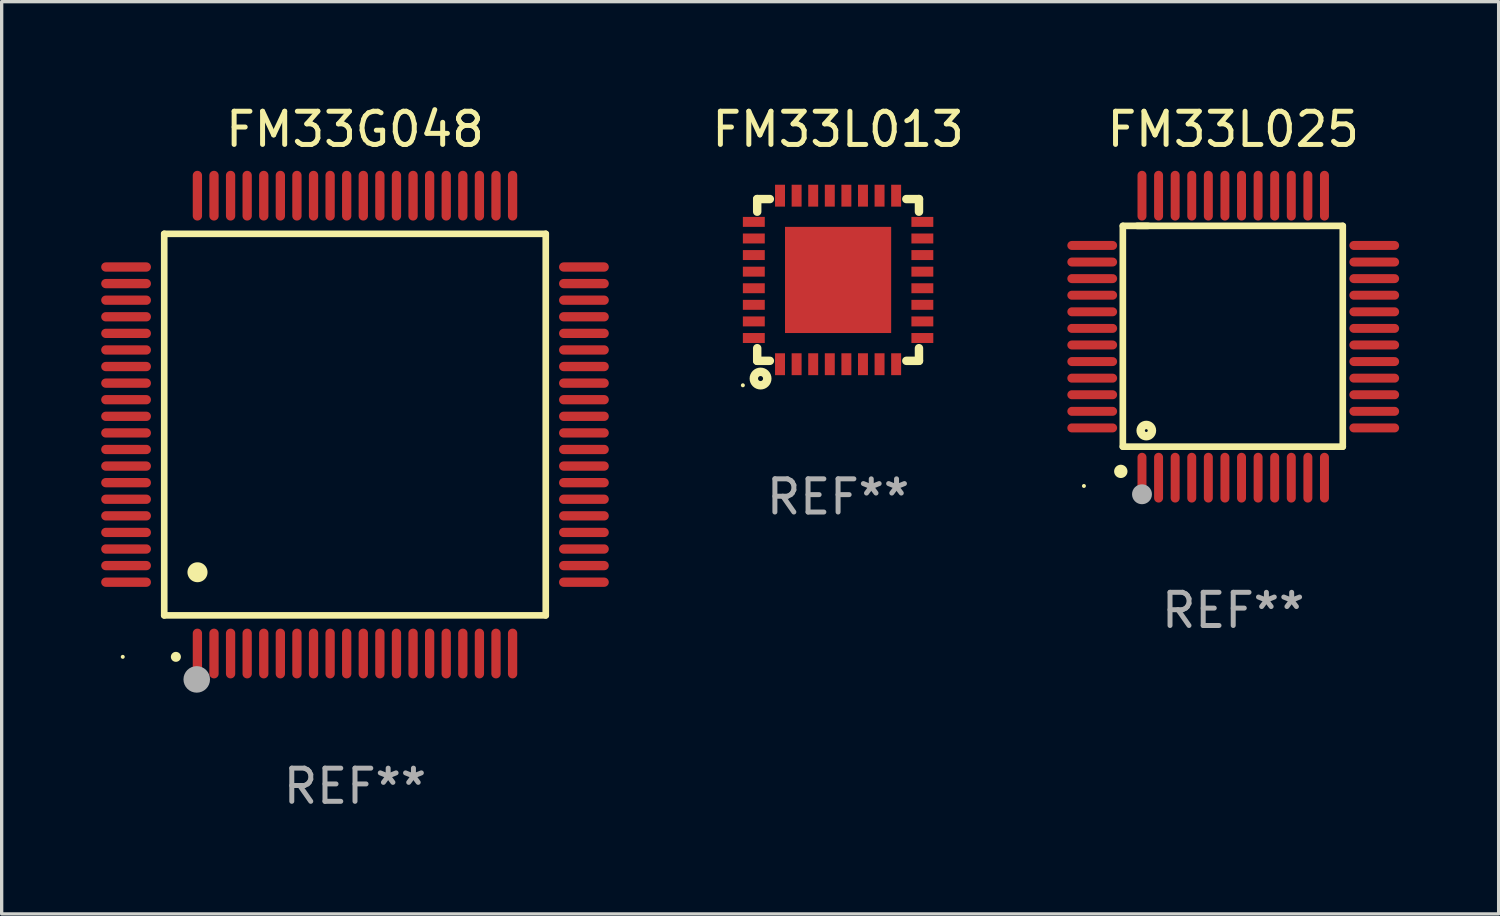
<source format=kicad_pcb>
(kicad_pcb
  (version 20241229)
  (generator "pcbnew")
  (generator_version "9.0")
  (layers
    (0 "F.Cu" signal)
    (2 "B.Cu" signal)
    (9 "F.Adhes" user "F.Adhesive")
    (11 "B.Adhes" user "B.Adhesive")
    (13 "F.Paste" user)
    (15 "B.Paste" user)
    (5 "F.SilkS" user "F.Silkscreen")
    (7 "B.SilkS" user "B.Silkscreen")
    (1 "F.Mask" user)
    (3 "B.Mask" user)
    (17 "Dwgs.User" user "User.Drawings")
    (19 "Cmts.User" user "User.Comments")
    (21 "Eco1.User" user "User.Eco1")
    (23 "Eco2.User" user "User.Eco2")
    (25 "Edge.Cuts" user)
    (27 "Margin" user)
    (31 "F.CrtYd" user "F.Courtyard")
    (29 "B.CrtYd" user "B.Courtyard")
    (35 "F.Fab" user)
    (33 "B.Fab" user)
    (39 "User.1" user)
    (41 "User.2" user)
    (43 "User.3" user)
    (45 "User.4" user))
  (footprint "FM33L013"
    (layer "F.Cu")
    (at 22.211 5.388)
    (property "Reference" "FM33L013" (at 0 -4.54 0) (layer "F.SilkS") (effects (font (size 1 1) (thickness 0.15))))
    (attr through_hole)
    (fp_line (start -2.438 -2.438) (end -2.057 -2.438) (stroke (width 0.254) (type solid)) (layer "F.SilkS"))
    (fp_line (start -2.438 -2.057) (end -2.438 -2.438) (stroke (width 0.254) (type solid)) (layer "F.SilkS"))
    (fp_line (start -2.438 2.438) (end -2.438 2.057) (stroke (width 0.254) (type solid)) (layer "F.SilkS"))
    (fp_line (start -2.057 2.438) (end -2.438 2.438) (stroke (width 0.254) (type solid)) (layer "F.SilkS"))
    (fp_line (start 2.057 -2.438) (end 2.438 -2.438) (stroke (width 0.254) (type solid)) (layer "F.SilkS"))
    (fp_line (start 2.438 -2.438) (end 2.438 -2.057) (stroke (width 0.254) (type solid)) (layer "F.SilkS"))
    (fp_line (start 2.438 2.057) (end 2.438 2.438) (stroke (width 0.254) (type solid)) (layer "F.SilkS"))
    (fp_line (start 2.438 2.438) (end 2.057 2.438) (stroke (width 0.254) (type solid)) (layer "F.SilkS"))
    (fp_circle (center -2.87 3.175) (end -2.84 3.175) (stroke (width 0.06) (type solid)) (fill no) (layer "F.SilkS"))
    (fp_circle (center -2.337 2.972) (end -2.261 2.972) (stroke (width 0.254) (type solid)) (fill no) (layer "F.SilkS"))
    (fp_text user "REF**" (at 0 6.54 0) (layer "F.Fab") (effects (font (size 1 1) (thickness 0.15))))
    (pad "1" smd rect (at -1.75 2.54 90) (size 0.66 0.3) (layers "F.Cu" "F.Mask" "F.Paste"))
    (pad "2" smd rect (at -1.25 2.54 90) (size 0.66 0.3) (layers "F.Cu" "F.Mask" "F.Paste"))
    (pad "3" smd rect (at -0.75 2.54 90) (size 0.66 0.3) (layers "F.Cu" "F.Mask" "F.Paste"))
    (pad "4" smd rect (at -0.25 2.54 90) (size 0.66 0.3) (layers "F.Cu" "F.Mask" "F.Paste"))
    (pad "5" smd rect (at 0.25 2.54 90) (size 0.66 0.3) (layers "F.Cu" "F.Mask" "F.Paste"))
    (pad "6" smd rect (at 0.75 2.54 90) (size 0.66 0.3) (layers "F.Cu" "F.Mask" "F.Paste"))
    (pad "7" smd rect (at 1.25 2.54 90) (size 0.66 0.3) (layers "F.Cu" "F.Mask" "F.Paste"))
    (pad "8" smd rect (at 1.75 2.54 90) (size 0.66 0.3) (layers "F.Cu" "F.Mask" "F.Paste"))
    (pad "9" smd rect (at 2.54 1.75 90) (size 0.3 0.66) (layers "F.Cu" "F.Mask" "F.Paste"))
    (pad "10" smd rect (at 2.54 1.25 90) (size 0.3 0.66) (layers "F.Cu" "F.Mask" "F.Paste"))
    (pad "11" smd rect (at 2.54 0.75 90) (size 0.3 0.66) (layers "F.Cu" "F.Mask" "F.Paste"))
    (pad "12" smd rect (at 2.54 0.25 90) (size 0.3 0.66) (layers "F.Cu" "F.Mask" "F.Paste"))
    (pad "13" smd rect (at 2.54 -0.25 90) (size 0.3 0.66) (layers "F.Cu" "F.Mask" "F.Paste"))
    (pad "14" smd rect (at 2.54 -0.75 90) (size 0.3 0.66) (layers "F.Cu" "F.Mask" "F.Paste"))
    (pad "15" smd rect (at 2.54 -1.25 90) (size 0.3 0.66) (layers "F.Cu" "F.Mask" "F.Paste"))
    (pad "16" smd rect (at 2.54 -1.75 90) (size 0.3 0.66) (layers "F.Cu" "F.Mask" "F.Paste"))
    (pad "17" smd rect (at 1.75 -2.54 90) (size 0.66 0.3) (layers "F.Cu" "F.Mask" "F.Paste"))
    (pad "18" smd rect (at 1.25 -2.54 90) (size 0.66 0.3) (layers "F.Cu" "F.Mask" "F.Paste"))
    (pad "19" smd rect (at 0.75 -2.54 90) (size 0.66 0.3) (layers "F.Cu" "F.Mask" "F.Paste"))
    (pad "20" smd rect (at 0.25 -2.54 90) (size 0.66 0.3) (layers "F.Cu" "F.Mask" "F.Paste"))
    (pad "21" smd rect (at -0.25 -2.54 90) (size 0.66 0.3) (layers "F.Cu" "F.Mask" "F.Paste"))
    (pad "22" smd rect (at -0.75 -2.54 90) (size 0.66 0.3) (layers "F.Cu" "F.Mask" "F.Paste"))
    (pad "23" smd rect (at -1.25 -2.54 90) (size 0.66 0.3) (layers "F.Cu" "F.Mask" "F.Paste"))
    (pad "24" smd rect (at -1.75 -2.54 90) (size 0.66 0.3) (layers "F.Cu" "F.Mask" "F.Paste"))
    (pad "25" smd rect (at -2.54 -1.75 90) (size 0.3 0.66) (layers "F.Cu" "F.Mask" "F.Paste"))
    (pad "26" smd rect (at -2.54 -1.25 90) (size 0.3 0.66) (layers "F.Cu" "F.Mask" "F.Paste"))
    (pad "27" smd rect (at -2.54 -0.75 90) (size 0.3 0.66) (layers "F.Cu" "F.Mask" "F.Paste"))
    (pad "28" smd rect (at -2.54 -0.25 90) (size 0.3 0.66) (layers "F.Cu" "F.Mask" "F.Paste"))
    (pad "29" smd rect (at -2.54 0.25 90) (size 0.3 0.66) (layers "F.Cu" "F.Mask" "F.Paste"))
    (pad "30" smd rect (at -2.54 0.75 90) (size 0.3 0.66) (layers "F.Cu" "F.Mask" "F.Paste"))
    (pad "31" smd rect (at -2.54 1.25 90) (size 0.3 0.66) (layers "F.Cu" "F.Mask" "F.Paste"))
    (pad "32" smd rect (at -2.54 1.75 90) (size 0.3 0.66) (layers "F.Cu" "F.Mask" "F.Paste"))
    (pad "33" smd rect (at 0 0 90) (size 3.2 3.2) (layers "F.Cu" "F.Mask" "F.Paste")))
  (footprint "FM33L025"
    (layer "F.Cu")
    (at 34.121 7.098)
    (property "Reference" "FM33L025" (at 0 -6.25 0) (layer "F.SilkS") (effects (font (size 1 1) (thickness 0.15))))
    (attr through_hole)
    (fp_line (start -3.327 -3.34) (end -2.565 -3.34) (stroke (width 0.2) (type solid)) (layer "F.SilkS"))
    (fp_line (start -3.327 3.315) (end -3.327 -3.34) (stroke (width 0.2) (type solid)) (layer "F.SilkS"))
    (fp_line (start -2.896 -3.34) (end 3.302 -3.34) (stroke (width 0.2) (type solid)) (layer "F.SilkS"))
    (fp_line (start 3.302 -3.34) (end 3.302 3.315) (stroke (width 0.2) (type solid)) (layer "F.SilkS"))
    (fp_line (start 3.302 3.315) (end -3.327 3.315) (stroke (width 0.2) (type solid)) (layer "F.SilkS"))
    (fp_arc (start -3.389992 4.059995) (mid -3.388722 4.059991) (end -3.387452 4.059995) (stroke (width 0.4) (type solid)) (layer "F.SilkS"))
    (fp_circle (center -4.5 4.5) (end -4.47 4.5) (stroke (width 0.06) (type solid)) (fill no) (layer "F.SilkS"))
    (fp_circle (center -2.62 2.83) (end -2.45 2.83) (stroke (width 0.254) (type solid)) (fill no) (layer "F.SilkS"))
    (fp_circle (center -2.75 4.75) (end -2.6 4.75) (stroke (width 0.3) (type solid)) (fill no) (layer "F.Fab"))
    (fp_text user "REF**" (at 0 8.25 0) (layer "F.Fab") (effects (font (size 1 1) (thickness 0.15))))
    (pad "1" smd oval (at -2.75 4.25) (size 0.27 1.5) (layers "F.Cu" "F.Mask" "F.Paste"))
    (pad "2" smd oval (at -2.25 4.25) (size 0.27 1.5) (layers "F.Cu" "F.Mask" "F.Paste"))
    (pad "3" smd oval (at -1.75 4.25) (size 0.27 1.5) (layers "F.Cu" "F.Mask" "F.Paste"))
    (pad "4" smd oval (at -1.25 4.25) (size 0.27 1.5) (layers "F.Cu" "F.Mask" "F.Paste"))
    (pad "5" smd oval (at -0.75 4.25) (size 0.27 1.5) (layers "F.Cu" "F.Mask" "F.Paste"))
    (pad "6" smd oval (at -0.25 4.25) (size 0.27 1.5) (layers "F.Cu" "F.Mask" "F.Paste"))
    (pad "7" smd oval (at 0.25 4.25) (size 0.27 1.5) (layers "F.Cu" "F.Mask" "F.Paste"))
    (pad "8" smd oval (at 0.75 4.25) (size 0.27 1.5) (layers "F.Cu" "F.Mask" "F.Paste"))
    (pad "9" smd oval (at 1.25 4.25) (size 0.27 1.5) (layers "F.Cu" "F.Mask" "F.Paste"))
    (pad "10" smd oval (at 1.75 4.25) (size 0.27 1.5) (layers "F.Cu" "F.Mask" "F.Paste"))
    (pad "11" smd oval (at 2.25 4.25) (size 0.27 1.5) (layers "F.Cu" "F.Mask" "F.Paste"))
    (pad "12" smd oval (at 2.75 4.25) (size 0.27 1.5) (layers "F.Cu" "F.Mask" "F.Paste"))
    (pad "13" smd oval (at 4.25 2.75) (size 1.5 0.27) (layers "F.Cu" "F.Mask" "F.Paste"))
    (pad "14" smd oval (at 4.25 2.25) (size 1.5 0.27) (layers "F.Cu" "F.Mask" "F.Paste"))
    (pad "15" smd oval (at 4.25 1.75) (size 1.5 0.27) (layers "F.Cu" "F.Mask" "F.Paste"))
    (pad "16" smd oval (at 4.25 1.25) (size 1.5 0.27) (layers "F.Cu" "F.Mask" "F.Paste"))
    (pad "17" smd oval (at 4.25 0.75) (size 1.5 0.27) (layers "F.Cu" "F.Mask" "F.Paste"))
    (pad "18" smd oval (at 4.25 0.25) (size 1.5 0.27) (layers "F.Cu" "F.Mask" "F.Paste"))
    (pad "19" smd oval (at 4.25 -0.25) (size 1.5 0.27) (layers "F.Cu" "F.Mask" "F.Paste"))
    (pad "20" smd oval (at 4.25 -0.75) (size 1.5 0.27) (layers "F.Cu" "F.Mask" "F.Paste"))
    (pad "21" smd oval (at 4.25 -1.25) (size 1.5 0.27) (layers "F.Cu" "F.Mask" "F.Paste"))
    (pad "22" smd oval (at 4.25 -1.75) (size 1.5 0.27) (layers "F.Cu" "F.Mask" "F.Paste"))
    (pad "23" smd oval (at 4.25 -2.25) (size 1.5 0.27) (layers "F.Cu" "F.Mask" "F.Paste"))
    (pad "24" smd oval (at 4.25 -2.75) (size 1.5 0.27) (layers "F.Cu" "F.Mask" "F.Paste"))
    (pad "25" smd oval (at 2.75 -4.25) (size 0.27 1.5) (layers "F.Cu" "F.Mask" "F.Paste"))
    (pad "26" smd oval (at 2.25 -4.25) (size 0.27 1.5) (layers "F.Cu" "F.Mask" "F.Paste"))
    (pad "27" smd oval (at 1.75 -4.25) (size 0.27 1.5) (layers "F.Cu" "F.Mask" "F.Paste"))
    (pad "28" smd oval (at 1.25 -4.25) (size 0.27 1.5) (layers "F.Cu" "F.Mask" "F.Paste"))
    (pad "29" smd oval (at 0.75 -4.25) (size 0.27 1.5) (layers "F.Cu" "F.Mask" "F.Paste"))
    (pad "30" smd oval (at 0.25 -4.25) (size 0.27 1.5) (layers "F.Cu" "F.Mask" "F.Paste"))
    (pad "31" smd oval (at -0.25 -4.25) (size 0.27 1.5) (layers "F.Cu" "F.Mask" "F.Paste"))
    (pad "32" smd oval (at -0.75 -4.25) (size 0.27 1.5) (layers "F.Cu" "F.Mask" "F.Paste"))
    (pad "33" smd oval (at -1.25 -4.25) (size 0.27 1.5) (layers "F.Cu" "F.Mask" "F.Paste"))
    (pad "34" smd oval (at -1.75 -4.25) (size 0.27 1.5) (layers "F.Cu" "F.Mask" "F.Paste"))
    (pad "35" smd oval (at -2.25 -4.25) (size 0.27 1.5) (layers "F.Cu" "F.Mask" "F.Paste"))
    (pad "36" smd oval (at -2.75 -4.25) (size 0.27 1.5) (layers "F.Cu" "F.Mask" "F.Paste"))
    (pad "37" smd oval (at -4.25 -2.75) (size 1.5 0.27) (layers "F.Cu" "F.Mask" "F.Paste"))
    (pad "38" smd oval (at -4.25 -2.25) (size 1.5 0.27) (layers "F.Cu" "F.Mask" "F.Paste"))
    (pad "39" smd oval (at -4.25 -1.75) (size 1.5 0.27) (layers "F.Cu" "F.Mask" "F.Paste"))
    (pad "40" smd oval (at -4.25 -1.25) (size 1.5 0.27) (layers "F.Cu" "F.Mask" "F.Paste"))
    (pad "41" smd oval (at -4.25 -0.75) (size 1.5 0.27) (layers "F.Cu" "F.Mask" "F.Paste"))
    (pad "42" smd oval (at -4.25 -0.25) (size 1.5 0.27) (layers "F.Cu" "F.Mask" "F.Paste"))
    (pad "43" smd oval (at -4.25 0.25) (size 1.5 0.27) (layers "F.Cu" "F.Mask" "F.Paste"))
    (pad "44" smd oval (at -4.25 0.75) (size 1.5 0.27) (layers "F.Cu" "F.Mask" "F.Paste"))
    (pad "45" smd oval (at -4.25 1.25) (size 1.5 0.27) (layers "F.Cu" "F.Mask" "F.Paste"))
    (pad "46" smd oval (at -4.25 1.75) (size 1.5 0.27) (layers "F.Cu" "F.Mask" "F.Paste"))
    (pad "47" smd oval (at -4.25 2.25) (size 1.5 0.27) (layers "F.Cu" "F.Mask" "F.Paste"))
    (pad "48" smd oval (at -4.25 2.75) (size 1.5 0.27) (layers "F.Cu" "F.Mask" "F.Paste")))
  (footprint "FM33G048"
    (layer "F.Cu")
    (at 7.65 9.748)
    (property "Reference" "FM33G048" (at 0 -8.9 0) (layer "F.SilkS") (effects (font (size 1 1) (thickness 0.15))))
    (attr through_hole)
    (fp_line (start -5.75 -5.75) (end 5.75 -5.75) (stroke (width 0.2) (type solid)) (layer "F.SilkS"))
    (fp_line (start -5.75 5.75) (end -5.75 -5.75) (stroke (width 0.2) (type solid)) (layer "F.SilkS"))
    (fp_line (start 5.75 -5.75) (end 5.75 5.75) (stroke (width 0.2) (type solid)) (layer "F.SilkS"))
    (fp_line (start 5.75 5.75) (end -5.75 5.75) (stroke (width 0.2) (type solid)) (layer "F.SilkS"))
    (fp_arc (start -5.400051 7.000254) (mid -5.398781 7.000249) (end -5.397511 7.000254) (stroke (width 0.3) (type solid)) (layer "F.SilkS"))
    (fp_arc (start -4.749809 4.450089) (mid -4.747269 4.450078) (end -4.744729 4.450089) (stroke (width 0.6) (type solid)) (layer "F.SilkS"))
    (fp_circle (center -7 7) (end -6.97 7) (stroke (width 0.06) (type solid)) (fill no) (layer "F.SilkS"))
    (fp_circle (center -4.77 7.68) (end -4.57 7.68) (stroke (width 0.4) (type solid)) (fill no) (layer "F.Fab"))
    (fp_text user "REF**" (at 0 10.9 0) (layer "F.Fab") (effects (font (size 1 1) (thickness 0.15))))
    (pad "1" smd oval (at -4.75 6.9) (size 0.28 1.5) (layers "F.Cu" "F.Mask" "F.Paste"))
    (pad "2" smd oval (at -4.25 6.9) (size 0.28 1.5) (layers "F.Cu" "F.Mask" "F.Paste"))
    (pad "3" smd oval (at -3.75 6.9) (size 0.28 1.5) (layers "F.Cu" "F.Mask" "F.Paste"))
    (pad "4" smd oval (at -3.25 6.9) (size 0.28 1.5) (layers "F.Cu" "F.Mask" "F.Paste"))
    (pad "5" smd oval (at -2.75 6.9) (size 0.28 1.5) (layers "F.Cu" "F.Mask" "F.Paste"))
    (pad "6" smd oval (at -2.25 6.9) (size 0.28 1.5) (layers "F.Cu" "F.Mask" "F.Paste"))
    (pad "7" smd oval (at -1.75 6.9) (size 0.28 1.5) (layers "F.Cu" "F.Mask" "F.Paste"))
    (pad "8" smd oval (at -1.25 6.9) (size 0.28 1.5) (layers "F.Cu" "F.Mask" "F.Paste"))
    (pad "9" smd oval (at -0.75 6.9) (size 0.28 1.5) (layers "F.Cu" "F.Mask" "F.Paste"))
    (pad "10" smd oval (at -0.25 6.9) (size 0.28 1.5) (layers "F.Cu" "F.Mask" "F.Paste"))
    (pad "11" smd oval (at 0.25 6.9) (size 0.28 1.5) (layers "F.Cu" "F.Mask" "F.Paste"))
    (pad "12" smd oval (at 0.75 6.9) (size 0.28 1.5) (layers "F.Cu" "F.Mask" "F.Paste"))
    (pad "13" smd oval (at 1.25 6.9) (size 0.28 1.5) (layers "F.Cu" "F.Mask" "F.Paste"))
    (pad "14" smd oval (at 1.75 6.9) (size 0.28 1.5) (layers "F.Cu" "F.Mask" "F.Paste"))
    (pad "15" smd oval (at 2.25 6.9) (size 0.28 1.5) (layers "F.Cu" "F.Mask" "F.Paste"))
    (pad "16" smd oval (at 2.75 6.9) (size 0.28 1.5) (layers "F.Cu" "F.Mask" "F.Paste"))
    (pad "17" smd oval (at 3.25 6.9) (size 0.28 1.5) (layers "F.Cu" "F.Mask" "F.Paste"))
    (pad "18" smd oval (at 3.75 6.9) (size 0.28 1.5) (layers "F.Cu" "F.Mask" "F.Paste"))
    (pad "19" smd oval (at 4.25 6.9) (size 0.28 1.5) (layers "F.Cu" "F.Mask" "F.Paste"))
    (pad "20" smd oval (at 4.75 6.9) (size 0.28 1.5) (layers "F.Cu" "F.Mask" "F.Paste"))
    (pad "21" smd oval (at 6.9 4.75) (size 1.5 0.28) (layers "F.Cu" "F.Mask" "F.Paste"))
    (pad "22" smd oval (at 6.9 4.25) (size 1.5 0.28) (layers "F.Cu" "F.Mask" "F.Paste"))
    (pad "23" smd oval (at 6.9 3.75) (size 1.5 0.28) (layers "F.Cu" "F.Mask" "F.Paste"))
    (pad "24" smd oval (at 6.9 3.25) (size 1.5 0.28) (layers "F.Cu" "F.Mask" "F.Paste"))
    (pad "25" smd oval (at 6.9 2.75) (size 1.5 0.28) (layers "F.Cu" "F.Mask" "F.Paste"))
    (pad "26" smd oval (at 6.9 2.25) (size 1.5 0.28) (layers "F.Cu" "F.Mask" "F.Paste"))
    (pad "27" smd oval (at 6.9 1.75) (size 1.5 0.28) (layers "F.Cu" "F.Mask" "F.Paste"))
    (pad "28" smd oval (at 6.9 1.25) (size 1.5 0.28) (layers "F.Cu" "F.Mask" "F.Paste"))
    (pad "29" smd oval (at 6.9 0.75) (size 1.5 0.28) (layers "F.Cu" "F.Mask" "F.Paste"))
    (pad "30" smd oval (at 6.9 0.25) (size 1.5 0.28) (layers "F.Cu" "F.Mask" "F.Paste"))
    (pad "31" smd oval (at 6.9 -0.25) (size 1.5 0.28) (layers "F.Cu" "F.Mask" "F.Paste"))
    (pad "32" smd oval (at 6.9 -0.75) (size 1.5 0.28) (layers "F.Cu" "F.Mask" "F.Paste"))
    (pad "33" smd oval (at 6.9 -1.25) (size 1.5 0.28) (layers "F.Cu" "F.Mask" "F.Paste"))
    (pad "34" smd oval (at 6.9 -1.75) (size 1.5 0.28) (layers "F.Cu" "F.Mask" "F.Paste"))
    (pad "35" smd oval (at 6.9 -2.25) (size 1.5 0.28) (layers "F.Cu" "F.Mask" "F.Paste"))
    (pad "36" smd oval (at 6.9 -2.75) (size 1.5 0.28) (layers "F.Cu" "F.Mask" "F.Paste"))
    (pad "37" smd oval (at 6.9 -3.25) (size 1.5 0.28) (layers "F.Cu" "F.Mask" "F.Paste"))
    (pad "38" smd oval (at 6.9 -3.75) (size 1.5 0.28) (layers "F.Cu" "F.Mask" "F.Paste"))
    (pad "39" smd oval (at 6.9 -4.25) (size 1.5 0.28) (layers "F.Cu" "F.Mask" "F.Paste"))
    (pad "40" smd oval (at 6.9 -4.75) (size 1.5 0.28) (layers "F.Cu" "F.Mask" "F.Paste"))
    (pad "41" smd oval (at 4.75 -6.9) (size 0.28 1.5) (layers "F.Cu" "F.Mask" "F.Paste"))
    (pad "42" smd oval (at 4.25 -6.9) (size 0.28 1.5) (layers "F.Cu" "F.Mask" "F.Paste"))
    (pad "43" smd oval (at 3.75 -6.9) (size 0.28 1.5) (layers "F.Cu" "F.Mask" "F.Paste"))
    (pad "44" smd oval (at 3.25 -6.9) (size 0.28 1.5) (layers "F.Cu" "F.Mask" "F.Paste"))
    (pad "45" smd oval (at 2.75 -6.9) (size 0.28 1.5) (layers "F.Cu" "F.Mask" "F.Paste"))
    (pad "46" smd oval (at 2.25 -6.9) (size 0.28 1.5) (layers "F.Cu" "F.Mask" "F.Paste"))
    (pad "47" smd oval (at 1.75 -6.9) (size 0.28 1.5) (layers "F.Cu" "F.Mask" "F.Paste"))
    (pad "48" smd oval (at 1.25 -6.9) (size 0.28 1.5) (layers "F.Cu" "F.Mask" "F.Paste"))
    (pad "49" smd oval (at 0.75 -6.9) (size 0.28 1.5) (layers "F.Cu" "F.Mask" "F.Paste"))
    (pad "50" smd oval (at 0.25 -6.9) (size 0.28 1.5) (layers "F.Cu" "F.Mask" "F.Paste"))
    (pad "51" smd oval (at -0.25 -6.9) (size 0.28 1.5) (layers "F.Cu" "F.Mask" "F.Paste"))
    (pad "52" smd oval (at -0.75 -6.9) (size 0.28 1.5) (layers "F.Cu" "F.Mask" "F.Paste"))
    (pad "53" smd oval (at -1.25 -6.9) (size 0.28 1.5) (layers "F.Cu" "F.Mask" "F.Paste"))
    (pad "54" smd oval (at -1.75 -6.9) (size 0.28 1.5) (layers "F.Cu" "F.Mask" "F.Paste"))
    (pad "55" smd oval (at -2.25 -6.9) (size 0.28 1.5) (layers "F.Cu" "F.Mask" "F.Paste"))
    (pad "56" smd oval (at -2.75 -6.9) (size 0.28 1.5) (layers "F.Cu" "F.Mask" "F.Paste"))
    (pad "57" smd oval (at -3.25 -6.9) (size 0.28 1.5) (layers "F.Cu" "F.Mask" "F.Paste"))
    (pad "58" smd oval (at -3.75 -6.9) (size 0.28 1.5) (layers "F.Cu" "F.Mask" "F.Paste"))
    (pad "59" smd oval (at -4.25 -6.9) (size 0.28 1.5) (layers "F.Cu" "F.Mask" "F.Paste"))
    (pad "60" smd oval (at -4.75 -6.9) (size 0.28 1.5) (layers "F.Cu" "F.Mask" "F.Paste"))
    (pad "61" smd oval (at -6.9 -4.75) (size 1.5 0.28) (layers "F.Cu" "F.Mask" "F.Paste"))
    (pad "62" smd oval (at -6.9 -4.25) (size 1.5 0.28) (layers "F.Cu" "F.Mask" "F.Paste"))
    (pad "63" smd oval (at -6.9 -3.75) (size 1.5 0.28) (layers "F.Cu" "F.Mask" "F.Paste"))
    (pad "64" smd oval (at -6.9 -3.25) (size 1.5 0.28) (layers "F.Cu" "F.Mask" "F.Paste"))
    (pad "65" smd oval (at -6.9 -2.75) (size 1.5 0.28) (layers "F.Cu" "F.Mask" "F.Paste"))
    (pad "66" smd oval (at -6.9 -2.25) (size 1.5 0.28) (layers "F.Cu" "F.Mask" "F.Paste"))
    (pad "67" smd oval (at -6.9 -1.75) (size 1.5 0.28) (layers "F.Cu" "F.Mask" "F.Paste"))
    (pad "68" smd oval (at -6.9 -1.25) (size 1.5 0.28) (layers "F.Cu" "F.Mask" "F.Paste"))
    (pad "69" smd oval (at -6.9 -0.75) (size 1.5 0.28) (layers "F.Cu" "F.Mask" "F.Paste"))
    (pad "70" smd oval (at -6.9 -0.25) (size 1.5 0.28) (layers "F.Cu" "F.Mask" "F.Paste"))
    (pad "71" smd oval (at -6.9 0.25) (size 1.5 0.28) (layers "F.Cu" "F.Mask" "F.Paste"))
    (pad "72" smd oval (at -6.9 0.75) (size 1.5 0.28) (layers "F.Cu" "F.Mask" "F.Paste"))
    (pad "73" smd oval (at -6.9 1.25) (size 1.5 0.28) (layers "F.Cu" "F.Mask" "F.Paste"))
    (pad "74" smd oval (at -6.9 1.75) (size 1.5 0.28) (layers "F.Cu" "F.Mask" "F.Paste"))
    (pad "75" smd oval (at -6.9 2.25) (size 1.5 0.28) (layers "F.Cu" "F.Mask" "F.Paste"))
    (pad "76" smd oval (at -6.9 2.75) (size 1.5 0.28) (layers "F.Cu" "F.Mask" "F.Paste"))
    (pad "77" smd oval (at -6.9 3.25) (size 1.5 0.28) (layers "F.Cu" "F.Mask" "F.Paste"))
    (pad "78" smd oval (at -6.9 3.75) (size 1.5 0.28) (layers "F.Cu" "F.Mask" "F.Paste"))
    (pad "79" smd oval (at -6.9 4.25) (size 1.5 0.28) (layers "F.Cu" "F.Mask" "F.Paste"))
    (pad "80" smd oval (at -6.9 4.75) (size 1.5 0.28) (layers "F.Cu" "F.Mask" "F.Paste")))
  (gr_rect
    (start -3 -3)
    (end 42.121 24.496)
    (stroke (width 0.1) (type default))
    (fill no)
    (layer "Edge.Cuts")))
</source>
